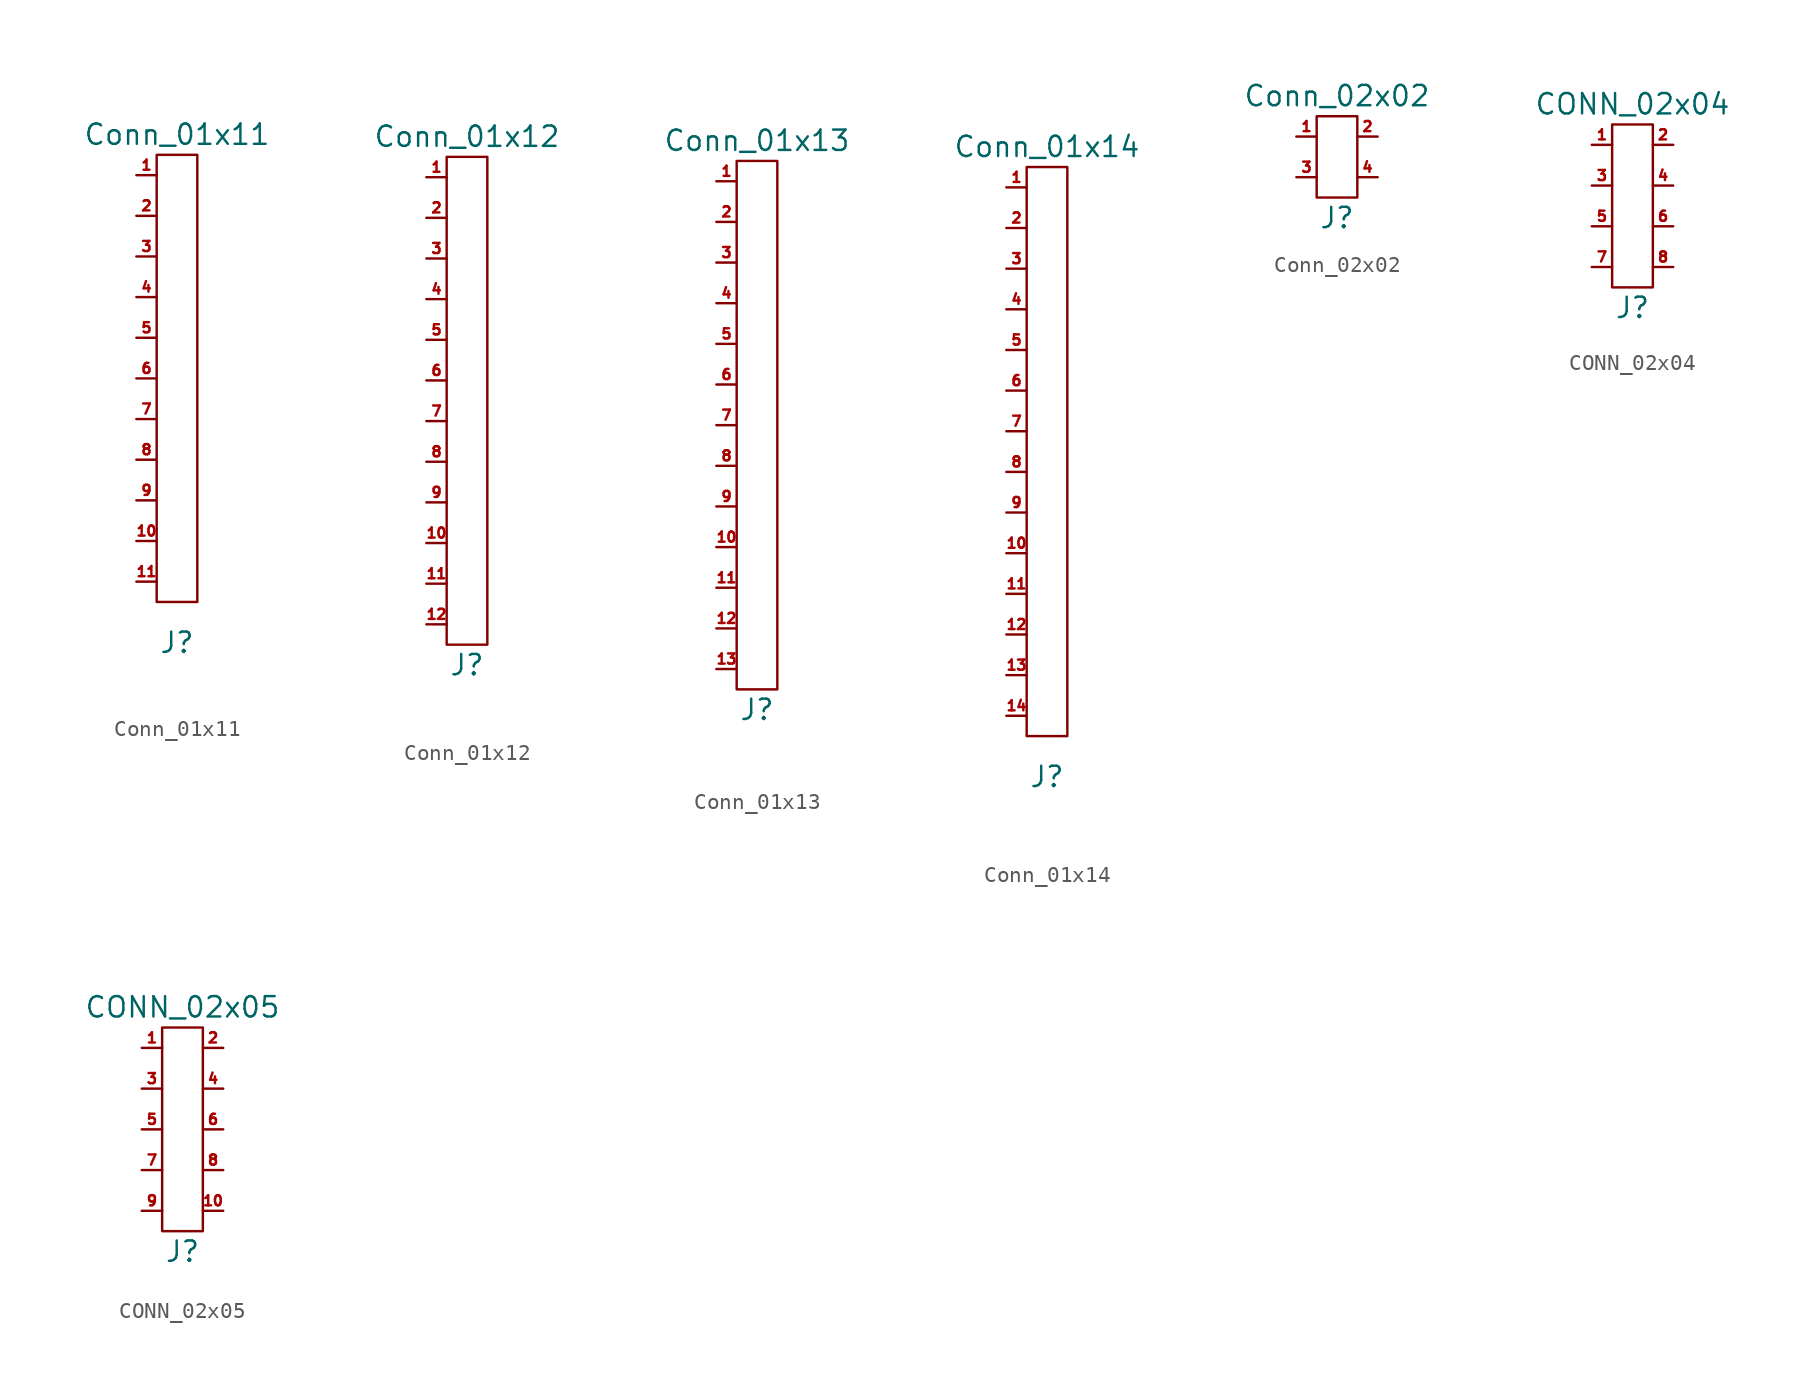
<source format=kicad_sym>
(kicad_symbol_lib
  (version 20220914)
  (generator kicad_symbol_editor)
  (symbol "Conn_01x11"
    (property "Reference" "J"
      (at 0 -31.75 0)
      (effects (font (size 1.27 1.27))))
    (property "Value" "Conn_01x11"
      (at 0 0 0)
      (effects (font (size 1.27 1.27))))
    (symbol "Conn_01x11_0_0"
      (pin passive line (at -2.54 -2.54 0) (length 1.27) (name "" (effects (font (size 0.635 0.635)))) (number "1" (effects (font (size 0.635 0.635)))))
      (pin passive line (at -2.54 -25.4 0) (length 1.27) (name "" (effects (font (size 0.635 0.635)))) (number "10" (effects (font (size 0.635 0.635)))))
      (pin passive line (at -2.54 -27.94 0) (length 1.27) (name "" (effects (font (size 0.635 0.635)))) (number "11" (effects (font (size 0.635 0.635)))))
      (pin passive line (at -2.54 -5.08 0) (length 1.27) (name "" (effects (font (size 0.635 0.635)))) (number "2" (effects (font (size 0.635 0.635)))))
      (pin passive line (at -2.54 -7.62 0) (length 1.27) (name "" (effects (font (size 0.635 0.635)))) (number "3" (effects (font (size 0.635 0.635)))))
      (pin passive line (at -2.54 -10.16 0) (length 1.27) (name "" (effects (font (size 0.635 0.635)))) (number "4" (effects (font (size 0.635 0.635)))))
      (pin passive line (at -2.54 -12.7 0) (length 1.27) (name "" (effects (font (size 0.635 0.635)))) (number "5" (effects (font (size 0.635 0.635)))))
      (pin passive line (at -2.54 -15.24 0) (length 1.27) (name "" (effects (font (size 0.635 0.635)))) (number "6" (effects (font (size 0.635 0.635)))))
      (pin passive line (at -2.54 -17.78 0) (length 1.27) (name "" (effects (font (size 0.635 0.635)))) (number "7" (effects (font (size 0.635 0.635)))))
      (pin passive line (at -2.54 -20.32 0) (length 1.27) (name "" (effects (font (size 0.635 0.635)))) (number "8" (effects (font (size 0.635 0.635)))))
      (pin passive line (at -2.54 -22.86 0) (length 1.27) (name "" (effects (font (size 0.635 0.635)))) (number "9" (effects (font (size 0.635 0.635))))))
    (symbol "Conn_01x11_0_1"
      (rectangle (start -1.27 -1.27) (end 1.27 -29.21) (stroke (width 0.152) (type default)) (fill (type none)))))
  (symbol "Conn_01x12"
    (property "Reference" "J"
      (at 0 -33.02 0)
      (effects (font (size 1.27 1.27))))
    (property "Value" "Conn_01x12"
      (at 0 0 0)
      (effects (font (size 1.27 1.27))))
    (symbol "Conn_01x12_0_0"
      (pin passive line (at -2.54 -2.54 0) (length 1.27) (name "" (effects (font (size 0.635 0.635)))) (number "1" (effects (font (size 0.635 0.635)))))
      (pin passive line (at -2.54 -25.4 0) (length 1.27) (name "" (effects (font (size 0.635 0.635)))) (number "10" (effects (font (size 0.635 0.635)))))
      (pin passive line (at -2.54 -27.94 0) (length 1.27) (name "" (effects (font (size 0.635 0.635)))) (number "11" (effects (font (size 0.635 0.635)))))
      (pin passive line (at -2.54 -30.48 0) (length 1.27) (name "" (effects (font (size 0.635 0.635)))) (number "12" (effects (font (size 0.635 0.635)))))
      (pin passive line (at -2.54 -5.08 0) (length 1.27) (name "" (effects (font (size 0.635 0.635)))) (number "2" (effects (font (size 0.635 0.635)))))
      (pin passive line (at -2.54 -7.62 0) (length 1.27) (name "" (effects (font (size 0.635 0.635)))) (number "3" (effects (font (size 0.635 0.635)))))
      (pin passive line (at -2.54 -10.16 0) (length 1.27) (name "" (effects (font (size 0.635 0.635)))) (number "4" (effects (font (size 0.635 0.635)))))
      (pin passive line (at -2.54 -12.7 0) (length 1.27) (name "" (effects (font (size 0.635 0.635)))) (number "5" (effects (font (size 0.635 0.635)))))
      (pin passive line (at -2.54 -15.24 0) (length 1.27) (name "" (effects (font (size 0.635 0.635)))) (number "6" (effects (font (size 0.635 0.635)))))
      (pin passive line (at -2.54 -17.78 0) (length 1.27) (name "" (effects (font (size 0.635 0.635)))) (number "7" (effects (font (size 0.635 0.635)))))
      (pin passive line (at -2.54 -20.32 0) (length 1.27) (name "" (effects (font (size 0.635 0.635)))) (number "8" (effects (font (size 0.635 0.635)))))
      (pin passive line (at -2.54 -22.86 0) (length 1.27) (name "" (effects (font (size 0.635 0.635)))) (number "9" (effects (font (size 0.635 0.635))))))
    (symbol "Conn_01x12_0_1"
      (rectangle (start -1.27 -1.27) (end 1.27 -31.75) (stroke (width 0.152) (type default)) (fill (type none)))))
  (symbol "Conn_01x13"
    (property "Reference" "J"
      (at 0 -35.56 0)
      (effects (font (size 1.27 1.27))))
    (property "Value" "Conn_01x13"
      (at 0 0 0)
      (effects (font (size 1.27 1.27))))
    (symbol "Conn_01x13_0_0"
      (pin passive line (at -2.54 -2.54 0) (length 1.27) (name "" (effects (font (size 0.635 0.635)))) (number "1" (effects (font (size 0.635 0.635)))))
      (pin passive line (at -2.54 -25.4 0) (length 1.27) (name "" (effects (font (size 0.635 0.635)))) (number "10" (effects (font (size 0.635 0.635)))))
      (pin passive line (at -2.54 -27.94 0) (length 1.27) (name "" (effects (font (size 0.635 0.635)))) (number "11" (effects (font (size 0.635 0.635)))))
      (pin passive line (at -2.54 -30.48 0) (length 1.27) (name "" (effects (font (size 0.635 0.635)))) (number "12" (effects (font (size 0.635 0.635)))))
      (pin passive line (at -2.54 -33.02 0) (length 1.27) (name "" (effects (font (size 0.635 0.635)))) (number "13" (effects (font (size 0.635 0.635)))))
      (pin passive line (at -2.54 -5.08 0) (length 1.27) (name "" (effects (font (size 0.635 0.635)))) (number "2" (effects (font (size 0.635 0.635)))))
      (pin passive line (at -2.54 -7.62 0) (length 1.27) (name "" (effects (font (size 0.635 0.635)))) (number "3" (effects (font (size 0.635 0.635)))))
      (pin passive line (at -2.54 -10.16 0) (length 1.27) (name "" (effects (font (size 0.635 0.635)))) (number "4" (effects (font (size 0.635 0.635)))))
      (pin passive line (at -2.54 -12.7 0) (length 1.27) (name "" (effects (font (size 0.635 0.635)))) (number "5" (effects (font (size 0.635 0.635)))))
      (pin passive line (at -2.54 -15.24 0) (length 1.27) (name "" (effects (font (size 0.635 0.635)))) (number "6" (effects (font (size 0.635 0.635)))))
      (pin passive line (at -2.54 -17.78 0) (length 1.27) (name "" (effects (font (size 0.635 0.635)))) (number "7" (effects (font (size 0.635 0.635)))))
      (pin passive line (at -2.54 -20.32 0) (length 1.27) (name "" (effects (font (size 0.635 0.635)))) (number "8" (effects (font (size 0.635 0.635)))))
      (pin passive line (at -2.54 -22.86 0) (length 1.27) (name "" (effects (font (size 0.635 0.635)))) (number "9" (effects (font (size 0.635 0.635))))))
    (symbol "Conn_01x13_0_1"
      (rectangle (start -1.27 -1.27) (end 1.27 -34.29) (stroke (width 0.152) (type default)) (fill (type none)))))
  (symbol "Conn_01x14"
    (property "Reference" "J"
      (at 0 -39.37 0)
      (effects (font (size 1.27 1.27))))
    (property "Value" "Conn_01x14"
      (at 0 0 0)
      (effects (font (size 1.27 1.27))))
    (symbol "Conn_01x14_0_0"
      (pin passive line (at -2.54 -2.54 0) (length 1.27) (name "" (effects (font (size 0.635 0.635)))) (number "1" (effects (font (size 0.635 0.635)))))
      (pin passive line (at -2.54 -25.4 0) (length 1.27) (name "" (effects (font (size 0.635 0.635)))) (number "10" (effects (font (size 0.635 0.635)))))
      (pin passive line (at -2.54 -27.94 0) (length 1.27) (name "" (effects (font (size 0.635 0.635)))) (number "11" (effects (font (size 0.635 0.635)))))
      (pin passive line (at -2.54 -30.48 0) (length 1.27) (name "" (effects (font (size 0.635 0.635)))) (number "12" (effects (font (size 0.635 0.635)))))
      (pin passive line (at -2.54 -33.02 0) (length 1.27) (name "" (effects (font (size 0.635 0.635)))) (number "13" (effects (font (size 0.635 0.635)))))
      (pin passive line (at -2.54 -35.56 0) (length 1.27) (name "" (effects (font (size 0.635 0.635)))) (number "14" (effects (font (size 0.635 0.635)))))
      (pin passive line (at -2.54 -5.08 0) (length 1.27) (name "" (effects (font (size 0.635 0.635)))) (number "2" (effects (font (size 0.635 0.635)))))
      (pin passive line (at -2.54 -7.62 0) (length 1.27) (name "" (effects (font (size 0.635 0.635)))) (number "3" (effects (font (size 0.635 0.635)))))
      (pin passive line (at -2.54 -10.16 0) (length 1.27) (name "" (effects (font (size 0.635 0.635)))) (number "4" (effects (font (size 0.635 0.635)))))
      (pin passive line (at -2.54 -12.7 0) (length 1.27) (name "" (effects (font (size 0.635 0.635)))) (number "5" (effects (font (size 0.635 0.635)))))
      (pin passive line (at -2.54 -15.24 0) (length 1.27) (name "" (effects (font (size 0.635 0.635)))) (number "6" (effects (font (size 0.635 0.635)))))
      (pin passive line (at -2.54 -17.78 0) (length 1.27) (name "" (effects (font (size 0.635 0.635)))) (number "7" (effects (font (size 0.635 0.635)))))
      (pin passive line (at -2.54 -20.32 0) (length 1.27) (name "" (effects (font (size 0.635 0.635)))) (number "8" (effects (font (size 0.635 0.635)))))
      (pin passive line (at -2.54 -22.86 0) (length 1.27) (name "" (effects (font (size 0.635 0.635)))) (number "9" (effects (font (size 0.635 0.635))))))
    (symbol "Conn_01x14_0_1"
      (rectangle (start -1.27 -1.27) (end 1.27 -36.83) (stroke (width 0.152) (type default)) (fill (type none)))))
  (symbol "Conn_02x02"
    (property "Reference" "J"
      (at 0 -5.08 0)
      (effects (font (size 1.27 1.27))))
    (property "Value" "Conn_02x02"
      (at 0 2.54 0)
      (effects (font (size 1.27 1.27))))
    (symbol "Conn_02x02_0_0"
      (pin passive line (at -2.54 0 0) (length 1.27) (name "" (effects (font (size 0.635 0.635)))) (number "1" (effects (font (size 0.635 0.635)))))
      (pin passive line (at 2.54 0 180) (length 1.27) (name "" (effects (font (size 0.635 0.635)))) (number "2" (effects (font (size 0.635 0.635)))))
      (pin passive line (at -2.54 -2.54 0) (length 1.27) (name "" (effects (font (size 0.635 0.635)))) (number "3" (effects (font (size 0.635 0.635)))))
      (pin passive line (at 2.54 -2.54 180) (length 1.27) (name "" (effects (font (size 0.635 0.635)))) (number "4" (effects (font (size 0.635 0.635))))))
    (symbol "Conn_02x02_0_1"
      (rectangle (start -1.27 1.27) (end 1.27 -3.81) (stroke (width 0.152) (type default)) (fill (type none)))))
  (symbol "CONN_02x04"
    (property "Reference" "J"
      (at 0 -5.08 0)
      (effects (font (size 1.27 1.27))))
    (property "Value" "CONN_02x04"
      (at 0 7.62 0)
      (effects (font (size 1.27 1.27))))
    (symbol "CONN_02x04_0_0"
      (pin passive line (at -2.54 5.08 0) (length 1.27) (name "" (effects (font (size 0.635 0.635)))) (number "1" (effects (font (size 0.635 0.635)))))
      (pin passive line (at 2.54 5.08 180) (length 1.27) (name "" (effects (font (size 0.635 0.635)))) (number "2" (effects (font (size 0.635 0.635)))))
      (pin passive line (at -2.54 2.54 0) (length 1.27) (name "" (effects (font (size 0.635 0.635)))) (number "3" (effects (font (size 0.635 0.635)))))
      (pin passive line (at 2.54 2.54 180) (length 1.27) (name "" (effects (font (size 0.635 0.635)))) (number "4" (effects (font (size 0.635 0.635)))))
      (pin passive line (at -2.54 0 0) (length 1.27) (name "" (effects (font (size 0.635 0.635)))) (number "5" (effects (font (size 0.635 0.635)))))
      (pin passive line (at 2.54 0 180) (length 1.27) (name "" (effects (font (size 0.635 0.635)))) (number "6" (effects (font (size 0.635 0.635)))))
      (pin passive line (at -2.54 -2.54 0) (length 1.27) (name "" (effects (font (size 0.635 0.635)))) (number "7" (effects (font (size 0.635 0.635)))))
      (pin passive line (at 2.54 -2.54 180) (length 1.27) (name "" (effects (font (size 0.635 0.635)))) (number "8" (effects (font (size 0.635 0.635))))))
    (symbol "CONN_02x04_0_1"
      (rectangle (start -1.27 6.35) (end 1.27 -3.81) (stroke (width 0.152) (type default)) (fill (type none)))))
  (symbol "CONN_02x05"
    (property "Reference" "J"
      (at 0 -7.62 0)
      (effects (font (size 1.27 1.27))))
    (property "Value" "CONN_02x05"
      (at 0 7.62 0)
      (effects (font (size 1.27 1.27))))
    (symbol "CONN_02x05_0_0"
      (pin passive line (at -2.54 5.08 0) (length 1.27) (name "" (effects (font (size 0.635 0.635)))) (number "1" (effects (font (size 0.635 0.635)))))
      (pin passive line (at 2.54 5.08 180) (length 1.27) (name "" (effects (font (size 0.635 0.635)))) (number "2" (effects (font (size 0.635 0.635)))))
      (pin passive line (at -2.54 2.54 0) (length 1.27) (name "" (effects (font (size 0.635 0.635)))) (number "3" (effects (font (size 0.635 0.635)))))
      (pin passive line (at 2.54 2.54 180) (length 1.27) (name "" (effects (font (size 0.635 0.635)))) (number "4" (effects (font (size 0.635 0.635)))))
      (pin passive line (at -2.54 0 0) (length 1.27) (name "" (effects (font (size 0.635 0.635)))) (number "5" (effects (font (size 0.635 0.635)))))
      (pin passive line (at 2.54 0 180) (length 1.27) (name "" (effects (font (size 0.635 0.635)))) (number "6" (effects (font (size 0.635 0.635)))))
      (pin passive line (at -2.54 -2.54 0) (length 1.27) (name "" (effects (font (size 0.635 0.635)))) (number "7" (effects (font (size 0.635 0.635)))))
      (pin passive line (at 2.54 -2.54 180) (length 1.27) (name "" (effects (font (size 0.635 0.635)))) (number "8" (effects (font (size 0.635 0.635))))))
    (symbol "CONN_02x05_0_1"
      (rectangle (start -1.27 6.35) (end 1.27 -6.35) (stroke (width 0.152) (type default)) (fill (type none))))
    (symbol "CONN_02x05_1_0"
      (pin passive line (at 2.54 -5.08 180) (length 1.27) (name "" (effects (font (size 0.635 0.635)))) (number "10" (effects (font (size 0.635 0.635)))))
      (pin passive line (at -2.54 -5.08 0) (length 1.27) (name "" (effects (font (size 0.635 0.635)))) (number "9" (effects (font (size 0.635 0.635))))))))
</source>
